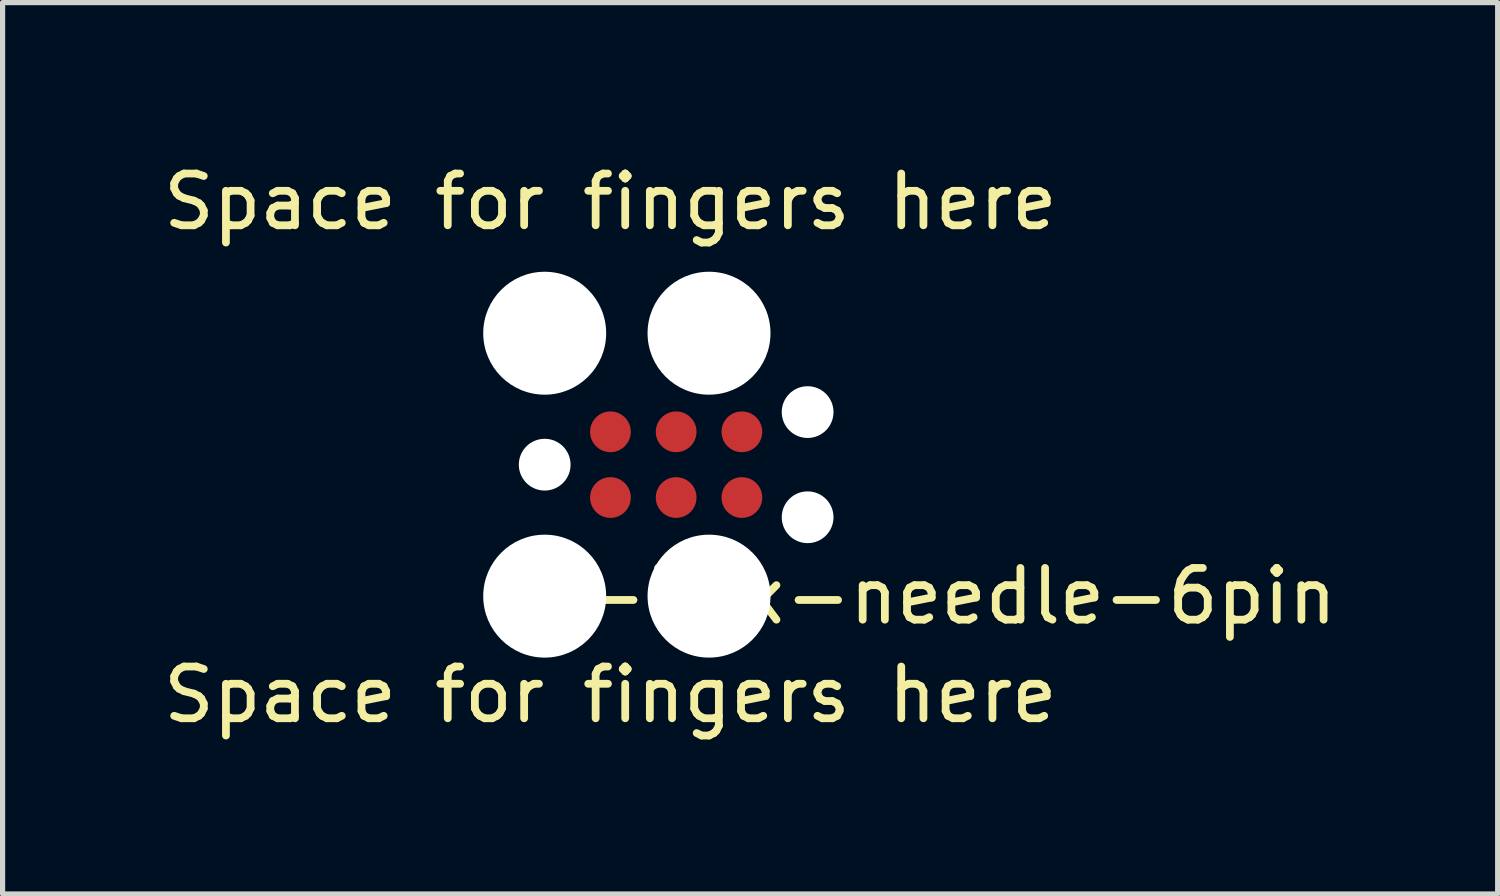
<source format=kicad_pcb>
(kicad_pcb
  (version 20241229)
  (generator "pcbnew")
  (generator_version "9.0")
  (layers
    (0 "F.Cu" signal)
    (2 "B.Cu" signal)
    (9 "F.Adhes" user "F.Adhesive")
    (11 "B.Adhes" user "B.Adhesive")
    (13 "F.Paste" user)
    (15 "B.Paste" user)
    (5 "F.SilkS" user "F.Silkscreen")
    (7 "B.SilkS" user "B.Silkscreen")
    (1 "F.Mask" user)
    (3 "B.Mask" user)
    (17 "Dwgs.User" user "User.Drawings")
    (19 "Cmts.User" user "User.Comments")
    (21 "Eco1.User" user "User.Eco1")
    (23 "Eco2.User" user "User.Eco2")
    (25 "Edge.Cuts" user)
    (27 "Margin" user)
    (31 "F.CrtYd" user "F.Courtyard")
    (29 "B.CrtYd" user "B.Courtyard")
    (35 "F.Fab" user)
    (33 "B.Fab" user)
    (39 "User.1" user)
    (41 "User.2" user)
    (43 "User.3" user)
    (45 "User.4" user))
  (footprint "J-link-needle-6pin"
    (layer "F.Cu")
    (at 7.474 5.928)
    (property "Reference" "J-link-needle-6pin" (at 7.62 2.54 180) (layer "F.SilkS") (effects (font (size 1 1) (thickness 0.15))))
    (attr through_hole)
    (fp_text user "Space for fingers here" (at 1.27 -5.08 0) (layer "F.SilkS") (effects (font (size 1 1) (thickness 0.15))))
    (fp_text user "Space for fingers here" (at 1.27 4.445 0) (layer "F.SilkS") (effects (font (size 1 1) (thickness 0.15))))
    (pad "" np_thru_hole circle (at 0 -2.54) (size 2.375 2.375) (drill 2.375) (layers "*.Cu" "*.Mask"))
    (pad "" np_thru_hole circle (at 0 0) (size 1 1) (drill 1) (layers "*.Cu" "*.Mask"))
    (pad "" np_thru_hole circle (at 0 2.54) (size 2.375 2.375) (drill 2.375) (layers "*.Cu" "*.Mask"))
    (pad "" np_thru_hole circle (at 3.175 -2.54) (size 2.375 2.375) (drill 2.375) (layers "*.Cu" "*.Mask"))
    (pad "" np_thru_hole circle (at 3.175 2.54) (size 2.375 2.375) (drill 2.375) (layers "*.Cu" "*.Mask"))
    (pad "" np_thru_hole circle (at 5.08 -1.016) (size 1 1) (drill 1) (layers "*.Cu" "*.Mask"))
    (pad "" np_thru_hole circle (at 5.08 1.016) (size 1 1) (drill 1) (layers "*.Cu" "*.Mask"))
    (pad "1" smd circle (at 1.27 0.635) (size 0.787 0.787) (layers "F.Cu" "F.Mask"))
    (pad "2" smd circle (at 1.27 -0.635) (size 0.787 0.787) (layers "F.Cu" "F.Mask"))
    (pad "3" smd circle (at 2.54 0.635) (size 0.787 0.787) (layers "F.Cu" "F.Mask"))
    (pad "4" smd circle (at 2.54 -0.635) (size 0.787 0.787) (layers "F.Cu" "F.Mask"))
    (pad "5" smd circle (at 3.81 0.635) (size 0.787 0.787) (layers "F.Cu" "F.Mask"))
    (pad "6" smd circle (at 3.81 -0.635) (size 0.787 0.787) (layers "F.Cu" "F.Mask")))
  (gr_rect
    (start -3 -3)
    (end 25.886 14.222)
    (stroke (width 0.1) (type default))
    (fill no)
    (layer "Edge.Cuts")))
</source>
